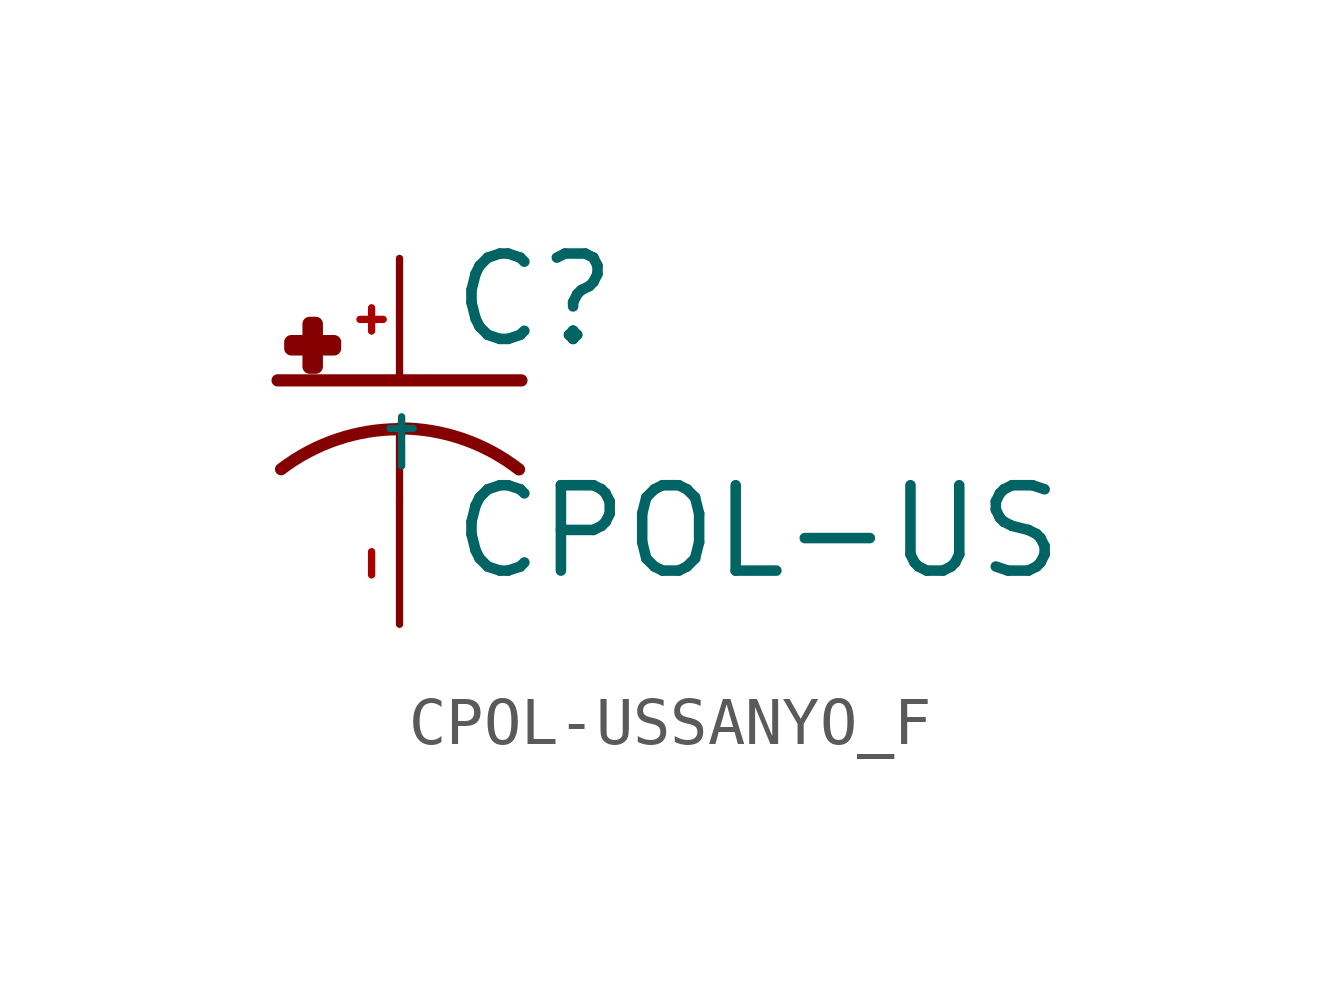
<source format=kicad_sym>
(kicad_symbol_lib
  (version 20220914)
  (generator Eagle2Kicad)
  (symbol "CPOL-USSANYO_F"
    (property "Reference" "C"
      (at 1.016 0.635 0)
      (effects (font (size 1.778 1.778) (thickness 0.22)) (justify left bottom)))
    (property "Value" "CPOL-US"
      (at 1.016 -4.191 0)
      (effects (font (size 1.778 1.778) (thickness 0.22)) (justify left bottom)))
    (polyline
      (pts (xy -2.54 0) (xy 2.54 0))
      (stroke (width 0.254) (type default))
      (fill (type none)))
    (polyline
      (pts (xy 0 -1.016) (xy 0 -2.54))
      (stroke (width 0.152) (type default))
      (fill (type none)))
    (arc
      (start 2.4892 -1.8542)
      (mid 1.316 -1.220)
      (end 0 -1)
      (stroke (width 0.254) (type default))
      (fill (type none)))
    (arc
      (start 0 -1.0161)
      (mid -1.302 -1.230)
      (end -2.4669 -1.8504)
      (stroke (width 0.254) (type default))
      (fill (type none)))
    (rectangle
      (start -2.253 0.668)
      (end -1.364 0.795)
      (stroke (width 0.3) (type default))
      (fill (type outline)))
    (rectangle
      (start -1.872 0.287)
      (end -1.745 1.176)
      (stroke (width 0.3) (type default))
      (fill (type outline)))
    (pin passive line
      (at 0 2.54 270)
      (length 2.54)
      (name "+" (effects (font (size 0.635 0.635) (thickness 0.08)) (justify left bottom)))
      (number "+" (effects (font (size 0.635 0.635) (thickness 0.08)) (justify left bottom))))
    (pin passive line
      (at 0 -5.08 90)
      (length 2.54)
      (name "-" (effects (font (size 0.635 0.635) (thickness 0.08)) (justify left bottom)))
      (number "-" (effects (font (size 0.635 0.635) (thickness 0.08)) (justify left bottom))))))
</source>
